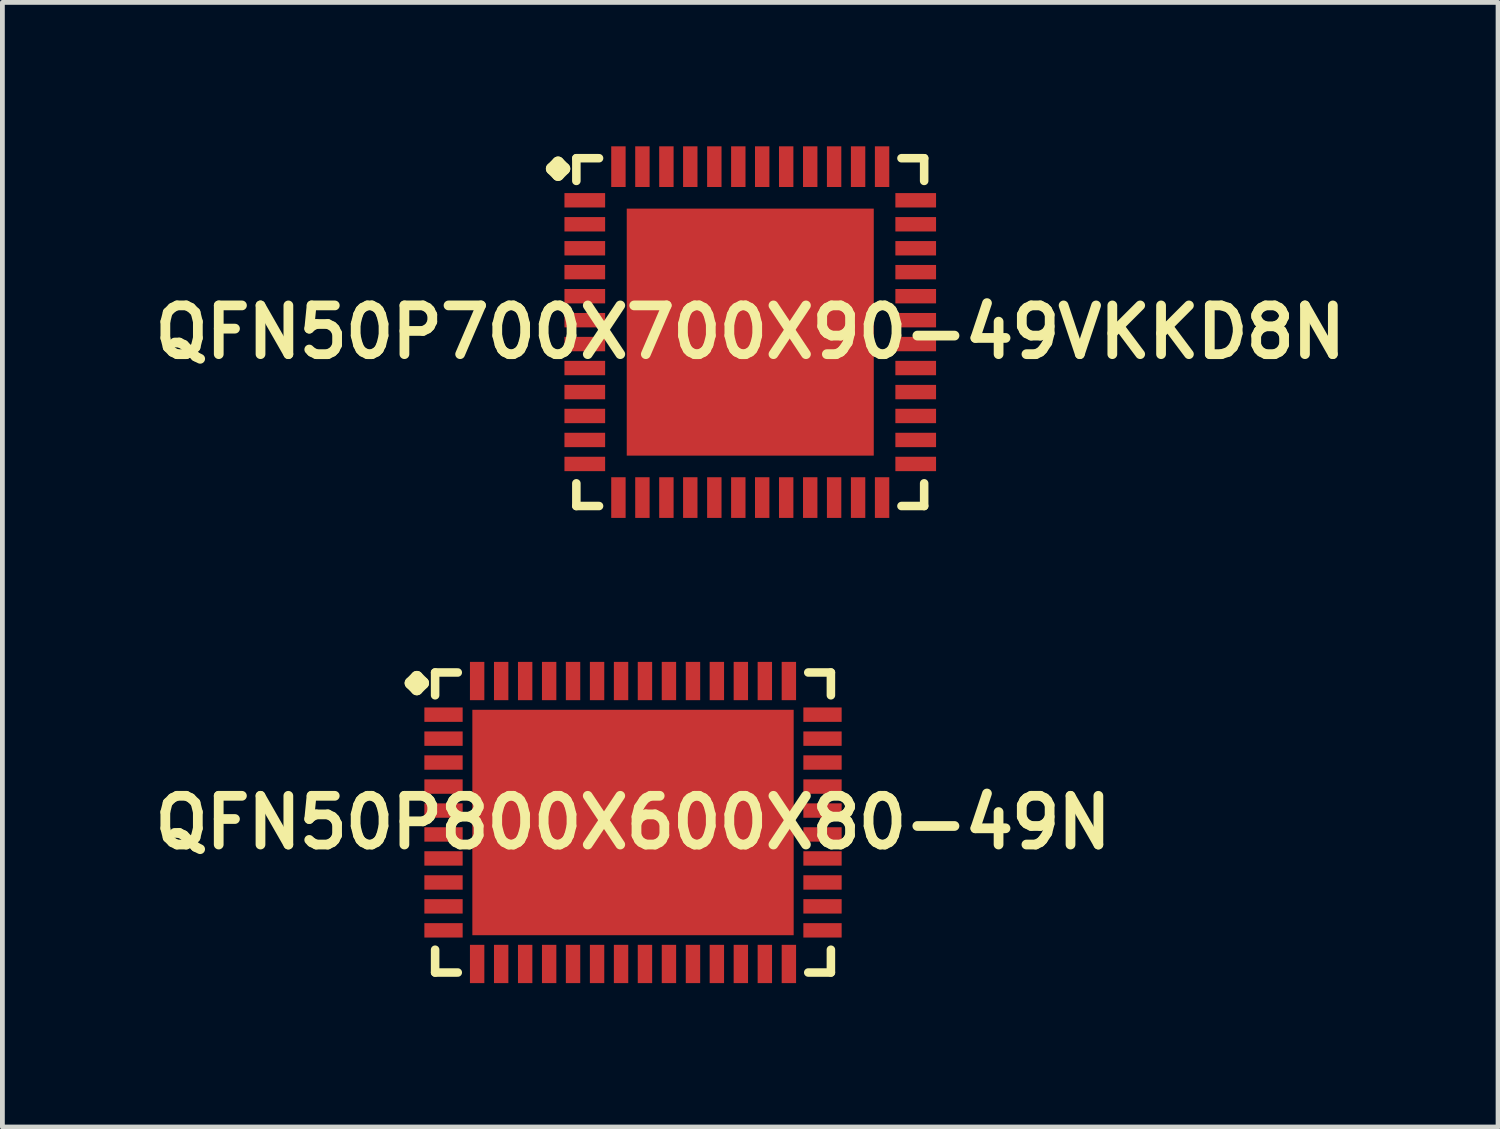
<source format=kicad_pcb>
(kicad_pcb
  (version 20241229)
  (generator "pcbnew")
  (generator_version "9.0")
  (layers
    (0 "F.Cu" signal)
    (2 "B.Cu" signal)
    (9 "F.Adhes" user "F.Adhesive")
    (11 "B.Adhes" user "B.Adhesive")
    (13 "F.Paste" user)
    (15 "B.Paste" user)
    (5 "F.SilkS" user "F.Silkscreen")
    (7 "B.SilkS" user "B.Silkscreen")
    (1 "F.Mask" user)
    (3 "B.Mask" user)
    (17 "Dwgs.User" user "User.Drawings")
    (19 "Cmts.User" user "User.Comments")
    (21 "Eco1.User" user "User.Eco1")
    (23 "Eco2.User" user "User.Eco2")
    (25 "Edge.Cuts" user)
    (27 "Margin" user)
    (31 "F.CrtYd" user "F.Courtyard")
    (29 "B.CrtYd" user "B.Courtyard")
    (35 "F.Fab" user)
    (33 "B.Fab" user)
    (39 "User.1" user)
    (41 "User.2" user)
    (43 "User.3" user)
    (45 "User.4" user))
  (footprint "QFN50P700X700X90-49VKKD8N"
    (layer "F.Cu")
    (at 12.589 3.873)
    (property "Reference" "QFN50P700X700X90-49VKKD8N" (at 0 0 0) (layer "F.SilkS") (effects (font (size 1.016 1.016) (thickness 0.203))))
    (attr smd)
    (fp_line (start -4.133 -3.406) (end -4.006 -3.533) (stroke (width 0.254) (type solid)) (layer "F.SilkS"))
    (fp_line (start -4.006 -3.533) (end -3.879 -3.406) (stroke (width 0.254) (type solid)) (layer "F.SilkS"))
    (fp_line (start -4.006 -3.279) (end -4.133 -3.406) (stroke (width 0.254) (type solid)) (layer "F.SilkS"))
    (fp_line (start -3.879 -3.406) (end -4.006 -3.279) (stroke (width 0.254) (type solid)) (layer "F.SilkS"))
    (fp_line (start -3.625 -3.625) (end -3.152 -3.625) (stroke (width 0.178) (type solid)) (layer "F.SilkS"))
    (fp_line (start -3.625 -3.152) (end -3.625 -3.625) (stroke (width 0.178) (type solid)) (layer "F.SilkS"))
    (fp_line (start -3.625 3.152) (end -3.625 3.625) (stroke (width 0.178) (type solid)) (layer "F.SilkS"))
    (fp_line (start -3.625 3.625) (end -3.152 3.625) (stroke (width 0.178) (type solid)) (layer "F.SilkS"))
    (fp_line (start 3.152 -3.625) (end 3.625 -3.625) (stroke (width 0.178) (type solid)) (layer "F.SilkS"))
    (fp_line (start 3.152 3.625) (end 3.625 3.625) (stroke (width 0.178) (type solid)) (layer "F.SilkS"))
    (fp_line (start 3.625 -3.625) (end 3.625 -3.152) (stroke (width 0.178) (type solid)) (layer "F.SilkS"))
    (fp_line (start 3.625 3.625) (end 3.625 3.152) (stroke (width 0.178) (type solid)) (layer "F.SilkS"))
    (pad "1" smd rect (at -3.449 -2.748) (size 0.848 0.3) (layers "F.Cu" "F.Mask" "F.Paste"))
    (pad "2" smd rect (at -3.449 -2.248) (size 0.848 0.3) (layers "F.Cu" "F.Mask" "F.Paste"))
    (pad "3" smd rect (at -3.449 -1.748) (size 0.848 0.3) (layers "F.Cu" "F.Mask" "F.Paste"))
    (pad "4" smd rect (at -3.449 -1.25) (size 0.848 0.3) (layers "F.Cu" "F.Mask" "F.Paste"))
    (pad "5" smd rect (at -3.449 -0.749) (size 0.848 0.3) (layers "F.Cu" "F.Mask" "F.Paste"))
    (pad "6" smd rect (at -3.449 -0.249) (size 0.848 0.3) (layers "F.Cu" "F.Mask" "F.Paste"))
    (pad "7" smd rect (at -3.449 0.249) (size 0.848 0.3) (layers "F.Cu" "F.Mask" "F.Paste"))
    (pad "8" smd rect (at -3.449 0.749) (size 0.848 0.3) (layers "F.Cu" "F.Mask" "F.Paste"))
    (pad "9" smd rect (at -3.449 1.25) (size 0.848 0.3) (layers "F.Cu" "F.Mask" "F.Paste"))
    (pad "10" smd rect (at -3.449 1.748) (size 0.848 0.3) (layers "F.Cu" "F.Mask" "F.Paste"))
    (pad "11" smd rect (at -3.449 2.248) (size 0.848 0.3) (layers "F.Cu" "F.Mask" "F.Paste"))
    (pad "12" smd rect (at -3.449 2.748) (size 0.848 0.3) (layers "F.Cu" "F.Mask" "F.Paste"))
    (pad "13" smd rect (at -2.748 3.449) (size 0.3 0.848) (layers "F.Cu" "F.Mask" "F.Paste"))
    (pad "14" smd rect (at -2.248 3.449) (size 0.3 0.848) (layers "F.Cu" "F.Mask" "F.Paste"))
    (pad "15" smd rect (at -1.748 3.449) (size 0.3 0.848) (layers "F.Cu" "F.Mask" "F.Paste"))
    (pad "16" smd rect (at -1.25 3.449) (size 0.3 0.848) (layers "F.Cu" "F.Mask" "F.Paste"))
    (pad "17" smd rect (at -0.749 3.449) (size 0.3 0.848) (layers "F.Cu" "F.Mask" "F.Paste"))
    (pad "18" smd rect (at -0.249 3.449) (size 0.3 0.848) (layers "F.Cu" "F.Mask" "F.Paste"))
    (pad "19" smd rect (at 0.249 3.449) (size 0.3 0.848) (layers "F.Cu" "F.Mask" "F.Paste"))
    (pad "20" smd rect (at 0.749 3.449) (size 0.3 0.848) (layers "F.Cu" "F.Mask" "F.Paste"))
    (pad "21" smd rect (at 1.25 3.449) (size 0.3 0.848) (layers "F.Cu" "F.Mask" "F.Paste"))
    (pad "22" smd rect (at 1.748 3.449) (size 0.3 0.848) (layers "F.Cu" "F.Mask" "F.Paste"))
    (pad "23" smd rect (at 2.248 3.449) (size 0.3 0.848) (layers "F.Cu" "F.Mask" "F.Paste"))
    (pad "24" smd rect (at 2.748 3.449) (size 0.3 0.848) (layers "F.Cu" "F.Mask" "F.Paste"))
    (pad "25" smd rect (at 3.449 2.748) (size 0.848 0.3) (layers "F.Cu" "F.Mask" "F.Paste"))
    (pad "26" smd rect (at 3.449 2.248) (size 0.848 0.3) (layers "F.Cu" "F.Mask" "F.Paste"))
    (pad "27" smd rect (at 3.449 1.748) (size 0.848 0.3) (layers "F.Cu" "F.Mask" "F.Paste"))
    (pad "28" smd rect (at 3.449 1.25) (size 0.848 0.3) (layers "F.Cu" "F.Mask" "F.Paste"))
    (pad "29" smd rect (at 3.449 0.749) (size 0.848 0.3) (layers "F.Cu" "F.Mask" "F.Paste"))
    (pad "30" smd rect (at 3.449 0.249) (size 0.848 0.3) (layers "F.Cu" "F.Mask" "F.Paste"))
    (pad "31" smd rect (at 3.449 -0.249) (size 0.848 0.3) (layers "F.Cu" "F.Mask" "F.Paste"))
    (pad "32" smd rect (at 3.449 -0.749) (size 0.848 0.3) (layers "F.Cu" "F.Mask" "F.Paste"))
    (pad "33" smd rect (at 3.449 -1.25) (size 0.848 0.3) (layers "F.Cu" "F.Mask" "F.Paste"))
    (pad "34" smd rect (at 3.449 -1.748) (size 0.848 0.3) (layers "F.Cu" "F.Mask" "F.Paste"))
    (pad "35" smd rect (at 3.449 -2.248) (size 0.848 0.3) (layers "F.Cu" "F.Mask" "F.Paste"))
    (pad "36" smd rect (at 3.449 -2.748) (size 0.848 0.3) (layers "F.Cu" "F.Mask" "F.Paste"))
    (pad "37" smd rect (at 2.748 -3.449) (size 0.3 0.848) (layers "F.Cu" "F.Mask" "F.Paste"))
    (pad "38" smd rect (at 2.248 -3.449) (size 0.3 0.848) (layers "F.Cu" "F.Mask" "F.Paste"))
    (pad "39" smd rect (at 1.748 -3.449) (size 0.3 0.848) (layers "F.Cu" "F.Mask" "F.Paste"))
    (pad "40" smd rect (at 1.25 -3.449) (size 0.3 0.848) (layers "F.Cu" "F.Mask" "F.Paste"))
    (pad "41" smd rect (at 0.749 -3.449) (size 0.3 0.848) (layers "F.Cu" "F.Mask" "F.Paste"))
    (pad "42" smd rect (at 0.249 -3.449) (size 0.3 0.848) (layers "F.Cu" "F.Mask" "F.Paste"))
    (pad "43" smd rect (at -0.249 -3.449) (size 0.3 0.848) (layers "F.Cu" "F.Mask" "F.Paste"))
    (pad "44" smd rect (at -0.749 -3.449) (size 0.3 0.848) (layers "F.Cu" "F.Mask" "F.Paste"))
    (pad "45" smd rect (at -1.25 -3.449) (size 0.3 0.848) (layers "F.Cu" "F.Mask" "F.Paste"))
    (pad "46" smd rect (at -1.748 -3.449) (size 0.3 0.848) (layers "F.Cu" "F.Mask" "F.Paste"))
    (pad "47" smd rect (at -2.248 -3.449) (size 0.3 0.848) (layers "F.Cu" "F.Mask" "F.Paste"))
    (pad "48" smd rect (at -2.748 -3.449) (size 0.3 0.848) (layers "F.Cu" "F.Mask" "F.Paste"))
    (pad "49" smd rect (at 0 0) (size 5.149 5.149) (layers "F.Cu" "F.Mask" "F.Paste")))
  (footprint "QFN50P800X600X80-49N"
    (layer "F.Cu")
    (at 10.145 14.095)
    (property "Reference" "QFN50P800X600X80-49N" (at 0 0 0) (layer "F.SilkS") (effects (font (size 1.016 1.016) (thickness 0.203))))
    (attr smd)
    (fp_line (start -4.633 -2.906) (end -4.506 -3.033) (stroke (width 0.254) (type solid)) (layer "F.SilkS"))
    (fp_line (start -4.506 -3.033) (end -4.379 -2.906) (stroke (width 0.254) (type solid)) (layer "F.SilkS"))
    (fp_line (start -4.506 -2.779) (end -4.633 -2.906) (stroke (width 0.254) (type solid)) (layer "F.SilkS"))
    (fp_line (start -4.379 -2.906) (end -4.506 -2.779) (stroke (width 0.254) (type solid)) (layer "F.SilkS"))
    (fp_line (start -4.125 -3.127) (end -3.653 -3.127) (stroke (width 0.178) (type solid)) (layer "F.SilkS"))
    (fp_line (start -4.125 -2.652) (end -4.125 -3.127) (stroke (width 0.178) (type solid)) (layer "F.SilkS"))
    (fp_line (start -4.125 2.652) (end -4.125 3.127) (stroke (width 0.178) (type solid)) (layer "F.SilkS"))
    (fp_line (start -4.125 3.127) (end -3.653 3.127) (stroke (width 0.178) (type solid)) (layer "F.SilkS"))
    (fp_line (start 3.653 -3.127) (end 4.125 -3.127) (stroke (width 0.178) (type solid)) (layer "F.SilkS"))
    (fp_line (start 3.653 3.127) (end 4.125 3.127) (stroke (width 0.178) (type solid)) (layer "F.SilkS"))
    (fp_line (start 4.125 -3.127) (end 4.125 -2.652) (stroke (width 0.178) (type solid)) (layer "F.SilkS"))
    (fp_line (start 4.125 3.127) (end 4.125 2.652) (stroke (width 0.178) (type solid)) (layer "F.SilkS"))
    (pad "1" smd rect (at -3.95 -2.248) (size 0.798 0.3) (layers "F.Cu" "F.Mask" "F.Paste"))
    (pad "2" smd rect (at -3.95 -1.748) (size 0.798 0.3) (layers "F.Cu" "F.Mask" "F.Paste"))
    (pad "3" smd rect (at -3.95 -1.25) (size 0.798 0.3) (layers "F.Cu" "F.Mask" "F.Paste"))
    (pad "4" smd rect (at -3.95 -0.749) (size 0.798 0.3) (layers "F.Cu" "F.Mask" "F.Paste"))
    (pad "5" smd rect (at -3.95 -0.249) (size 0.798 0.3) (layers "F.Cu" "F.Mask" "F.Paste"))
    (pad "6" smd rect (at -3.95 0.249) (size 0.798 0.3) (layers "F.Cu" "F.Mask" "F.Paste"))
    (pad "7" smd rect (at -3.95 0.749) (size 0.798 0.3) (layers "F.Cu" "F.Mask" "F.Paste"))
    (pad "8" smd rect (at -3.95 1.25) (size 0.798 0.3) (layers "F.Cu" "F.Mask" "F.Paste"))
    (pad "9" smd rect (at -3.95 1.748) (size 0.798 0.3) (layers "F.Cu" "F.Mask" "F.Paste"))
    (pad "10" smd rect (at -3.95 2.248) (size 0.798 0.3) (layers "F.Cu" "F.Mask" "F.Paste"))
    (pad "11" smd rect (at -3.249 2.949) (size 0.3 0.798) (layers "F.Cu" "F.Mask" "F.Paste"))
    (pad "12" smd rect (at -2.748 2.949) (size 0.3 0.798) (layers "F.Cu" "F.Mask" "F.Paste"))
    (pad "13" smd rect (at -2.248 2.949) (size 0.3 0.798) (layers "F.Cu" "F.Mask" "F.Paste"))
    (pad "14" smd rect (at -1.748 2.949) (size 0.3 0.798) (layers "F.Cu" "F.Mask" "F.Paste"))
    (pad "15" smd rect (at -1.25 2.949) (size 0.3 0.798) (layers "F.Cu" "F.Mask" "F.Paste"))
    (pad "16" smd rect (at -0.749 2.949) (size 0.3 0.798) (layers "F.Cu" "F.Mask" "F.Paste"))
    (pad "17" smd rect (at -0.249 2.949) (size 0.3 0.798) (layers "F.Cu" "F.Mask" "F.Paste"))
    (pad "18" smd rect (at 0.249 2.949) (size 0.3 0.798) (layers "F.Cu" "F.Mask" "F.Paste"))
    (pad "19" smd rect (at 0.749 2.949) (size 0.3 0.798) (layers "F.Cu" "F.Mask" "F.Paste"))
    (pad "20" smd rect (at 1.25 2.949) (size 0.3 0.798) (layers "F.Cu" "F.Mask" "F.Paste"))
    (pad "21" smd rect (at 1.748 2.949) (size 0.3 0.798) (layers "F.Cu" "F.Mask" "F.Paste"))
    (pad "22" smd rect (at 2.248 2.949) (size 0.3 0.798) (layers "F.Cu" "F.Mask" "F.Paste"))
    (pad "23" smd rect (at 2.748 2.949) (size 0.3 0.798) (layers "F.Cu" "F.Mask" "F.Paste"))
    (pad "24" smd rect (at 3.249 2.949) (size 0.3 0.798) (layers "F.Cu" "F.Mask" "F.Paste"))
    (pad "25" smd rect (at 3.95 2.248) (size 0.798 0.3) (layers "F.Cu" "F.Mask" "F.Paste"))
    (pad "26" smd rect (at 3.95 1.748) (size 0.798 0.3) (layers "F.Cu" "F.Mask" "F.Paste"))
    (pad "27" smd rect (at 3.95 1.25) (size 0.798 0.3) (layers "F.Cu" "F.Mask" "F.Paste"))
    (pad "28" smd rect (at 3.95 0.749) (size 0.798 0.3) (layers "F.Cu" "F.Mask" "F.Paste"))
    (pad "29" smd rect (at 3.95 0.249) (size 0.798 0.3) (layers "F.Cu" "F.Mask" "F.Paste"))
    (pad "30" smd rect (at 3.95 -0.249) (size 0.798 0.3) (layers "F.Cu" "F.Mask" "F.Paste"))
    (pad "31" smd rect (at 3.95 -0.749) (size 0.798 0.3) (layers "F.Cu" "F.Mask" "F.Paste"))
    (pad "32" smd rect (at 3.95 -1.25) (size 0.798 0.3) (layers "F.Cu" "F.Mask" "F.Paste"))
    (pad "33" smd rect (at 3.95 -1.748) (size 0.798 0.3) (layers "F.Cu" "F.Mask" "F.Paste"))
    (pad "34" smd rect (at 3.95 -2.248) (size 0.798 0.3) (layers "F.Cu" "F.Mask" "F.Paste"))
    (pad "35" smd rect (at 3.249 -2.949) (size 0.3 0.798) (layers "F.Cu" "F.Mask" "F.Paste"))
    (pad "36" smd rect (at 2.748 -2.949) (size 0.3 0.798) (layers "F.Cu" "F.Mask" "F.Paste"))
    (pad "37" smd rect (at 2.248 -2.949) (size 0.3 0.798) (layers "F.Cu" "F.Mask" "F.Paste"))
    (pad "38" smd rect (at 1.748 -2.949) (size 0.3 0.798) (layers "F.Cu" "F.Mask" "F.Paste"))
    (pad "39" smd rect (at 1.25 -2.949) (size 0.3 0.798) (layers "F.Cu" "F.Mask" "F.Paste"))
    (pad "40" smd rect (at 0.749 -2.949) (size 0.3 0.798) (layers "F.Cu" "F.Mask" "F.Paste"))
    (pad "41" smd rect (at 0.249 -2.949) (size 0.3 0.798) (layers "F.Cu" "F.Mask" "F.Paste"))
    (pad "42" smd rect (at -0.249 -2.949) (size 0.3 0.798) (layers "F.Cu" "F.Mask" "F.Paste"))
    (pad "43" smd rect (at -0.749 -2.949) (size 0.3 0.798) (layers "F.Cu" "F.Mask" "F.Paste"))
    (pad "44" smd rect (at -1.25 -2.949) (size 0.3 0.798) (layers "F.Cu" "F.Mask" "F.Paste"))
    (pad "45" smd rect (at -1.748 -2.949) (size 0.3 0.798) (layers "F.Cu" "F.Mask" "F.Paste"))
    (pad "46" smd rect (at -2.248 -2.949) (size 0.3 0.798) (layers "F.Cu" "F.Mask" "F.Paste"))
    (pad "47" smd rect (at -2.748 -2.949) (size 0.3 0.798) (layers "F.Cu" "F.Mask" "F.Paste"))
    (pad "48" smd rect (at -3.249 -2.949) (size 0.3 0.798) (layers "F.Cu" "F.Mask" "F.Paste"))
    (pad "49" smd rect (at 0 0) (size 6.698 4.699) (layers "F.Cu" "F.Mask" "F.Paste")))
  (gr_rect
    (start -3 -3)
    (end 28.177 20.442)
    (stroke (width 0.1) (type default))
    (fill no)
    (layer "Edge.Cuts")))
</source>
